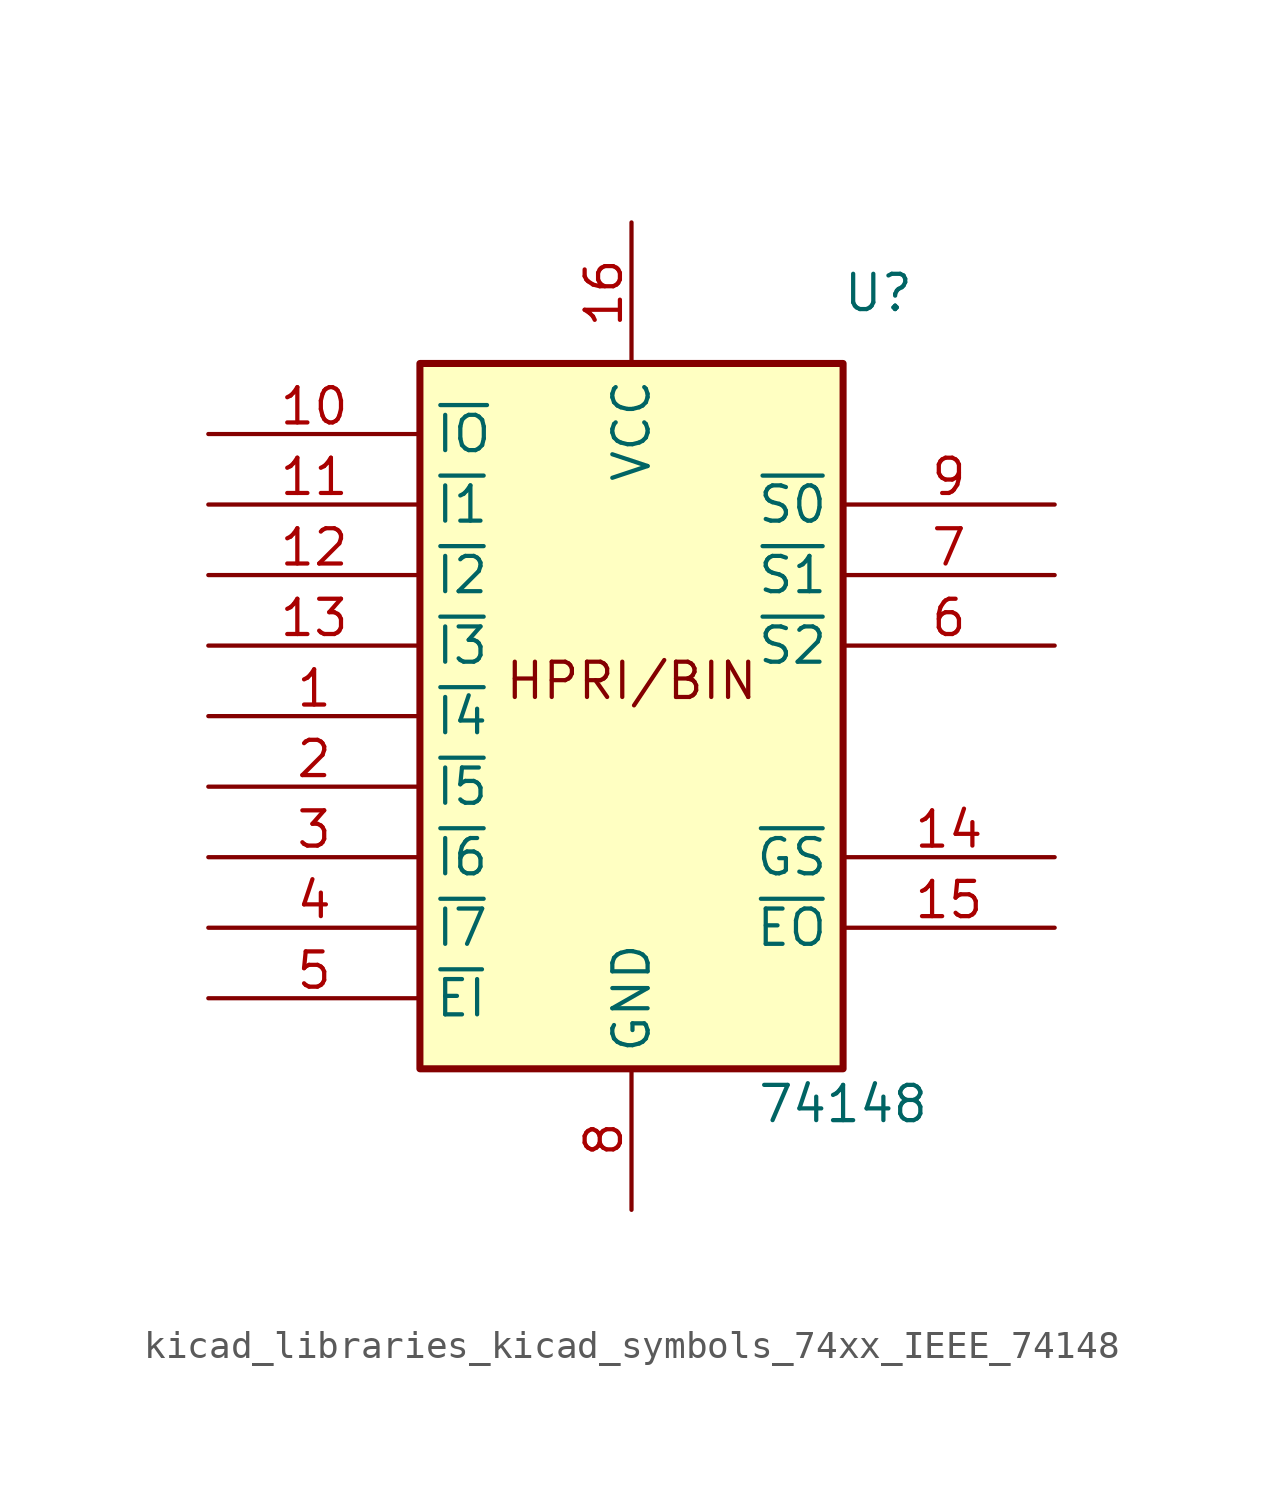
<source format=kicad_sym>
(kicad_symbol_lib
  (version 20220914)
  (generator kicad_symbol_editor)
  (symbol "kicad_libraries_kicad_symbols_74xx_IEEE_74148"
    (property "Reference" "U"
      (at 8.89 15.24 0)
      (effects (font (size 1.27 1.27))))
    (property "Value" "74148"
      (at 7.62 -13.97 0)
      (effects (font (size 1.27 1.27))))
    (symbol "kicad_libraries_kicad_symbols_74xx_IEEE_74148_0_0"
      (rectangle (start -7.62 12.7) (end 7.62 -12.7) (stroke (width 0.254) (type default)) (fill (type background)))
      (text "HPRI/BIN" (at 0 1.27 0) (effects (font (size 1.27 1.27))))
      (pin power_in line (at 0 17.78 270) (length 5.08) (name "VCC" (effects (font (size 1.27 1.27)))) (number "16" (effects (font (size 1.27 1.27)))))
      (pin power_in line (at 0 -17.78 90) (length 5.08) (name "GND" (effects (font (size 1.27 1.27)))) (number "8" (effects (font (size 1.27 1.27))))))
    (symbol "kicad_libraries_kicad_symbols_74xx_IEEE_74148_1_1"
      (pin input line (at -15.24 0 0) (length 7.62) (name "~{I4}" (effects (font (size 1.27 1.27)))) (number "1" (effects (font (size 1.27 1.27)))))
      (pin input line (at -15.24 10.16 0) (length 7.62) (name "~{IO}" (effects (font (size 1.27 1.27)))) (number "10" (effects (font (size 1.27 1.27)))))
      (pin input line (at -15.24 7.62 0) (length 7.62) (name "~{I1}" (effects (font (size 1.27 1.27)))) (number "11" (effects (font (size 1.27 1.27)))))
      (pin input line (at -15.24 5.08 0) (length 7.62) (name "~{I2}" (effects (font (size 1.27 1.27)))) (number "12" (effects (font (size 1.27 1.27)))))
      (pin input line (at -15.24 2.54 0) (length 7.62) (name "~{I3}" (effects (font (size 1.27 1.27)))) (number "13" (effects (font (size 1.27 1.27)))))
      (pin output line (at 15.24 -5.08 180) (length 7.62) (name "~{GS}" (effects (font (size 1.27 1.27)))) (number "14" (effects (font (size 1.27 1.27)))))
      (pin output line (at 15.24 -7.62 180) (length 7.62) (name "~{EO}" (effects (font (size 1.27 1.27)))) (number "15" (effects (font (size 1.27 1.27)))))
      (pin input line (at -15.24 -2.54 0) (length 7.62) (name "~{I5}" (effects (font (size 1.27 1.27)))) (number "2" (effects (font (size 1.27 1.27)))))
      (pin input line (at -15.24 -5.08 0) (length 7.62) (name "~{I6}" (effects (font (size 1.27 1.27)))) (number "3" (effects (font (size 1.27 1.27)))))
      (pin input line (at -15.24 -7.62 0) (length 7.62) (name "~{I7}" (effects (font (size 1.27 1.27)))) (number "4" (effects (font (size 1.27 1.27)))))
      (pin input line (at -15.24 -10.16 0) (length 7.62) (name "~{EI}" (effects (font (size 1.27 1.27)))) (number "5" (effects (font (size 1.27 1.27)))))
      (pin output line (at 15.24 2.54 180) (length 7.62) (name "~{S2}" (effects (font (size 1.27 1.27)))) (number "6" (effects (font (size 1.27 1.27)))))
      (pin output line (at 15.24 5.08 180) (length 7.62) (name "~{S1}" (effects (font (size 1.27 1.27)))) (number "7" (effects (font (size 1.27 1.27)))))
      (pin output line (at 15.24 7.62 180) (length 7.62) (name "~{S0}" (effects (font (size 1.27 1.27)))) (number "9" (effects (font (size 1.27 1.27))))))))
</source>
